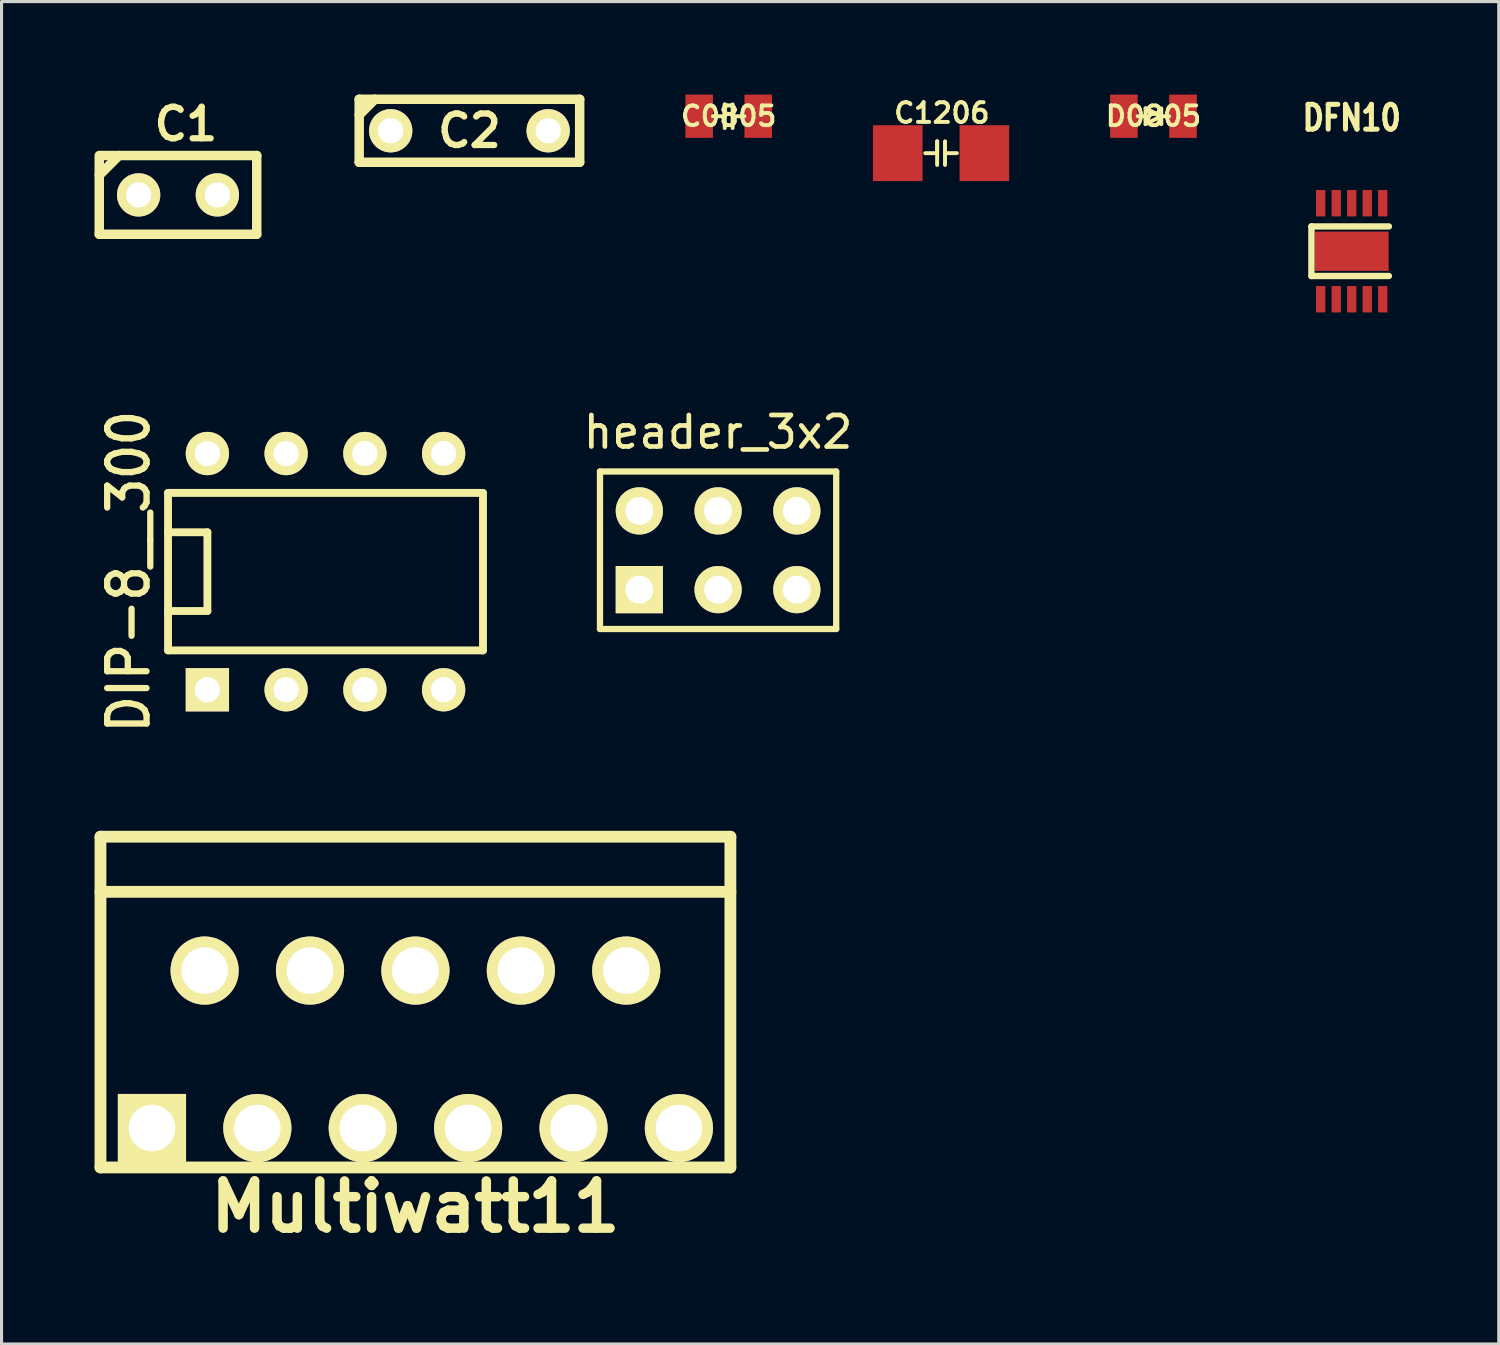
<source format=kicad_pcb>
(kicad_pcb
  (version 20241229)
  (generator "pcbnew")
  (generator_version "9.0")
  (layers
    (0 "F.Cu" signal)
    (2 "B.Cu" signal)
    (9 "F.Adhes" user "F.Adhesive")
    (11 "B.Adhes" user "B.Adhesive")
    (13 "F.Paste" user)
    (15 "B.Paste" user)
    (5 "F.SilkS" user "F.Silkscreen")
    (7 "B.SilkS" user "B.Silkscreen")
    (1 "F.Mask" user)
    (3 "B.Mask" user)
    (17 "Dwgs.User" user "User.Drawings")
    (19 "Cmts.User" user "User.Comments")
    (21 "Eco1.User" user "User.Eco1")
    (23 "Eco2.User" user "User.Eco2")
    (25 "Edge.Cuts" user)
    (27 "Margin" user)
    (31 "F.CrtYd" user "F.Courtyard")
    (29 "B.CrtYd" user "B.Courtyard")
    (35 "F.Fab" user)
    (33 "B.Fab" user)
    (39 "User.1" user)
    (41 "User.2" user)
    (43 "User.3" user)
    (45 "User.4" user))
  (footprint "C1206"
    (layer "F.Cu")
    (at 27.307 1.89)
    (property "Reference" "C1206" (at 0.025 -1.295 0) (layer "F.SilkS") (effects (font (size 0.635 0.635) (thickness 0.127))))
    (attr through_hole)
    (fp_line (start -0.508 0) (end -0.127 0) (stroke (width 0.127) (type solid)) (layer "F.SilkS"))
    (fp_line (start -0.127 -0.381) (end -0.127 0.381) (stroke (width 0.127) (type solid)) (layer "F.SilkS"))
    (fp_line (start -0.127 0) (end -0.127 -0.381) (stroke (width 0.127) (type solid)) (layer "F.SilkS"))
    (fp_line (start 0.127 -0.381) (end 0.127 0.381) (stroke (width 0.127) (type solid)) (layer "F.SilkS"))
    (fp_line (start 0.127 0) (end 0.508 0) (stroke (width 0.127) (type solid)) (layer "F.SilkS"))
    (pad "1" smd rect (at 1.397 0) (size 1.6 1.803) (layers "F.Cu" "F.Mask" "F.Paste"))
    (pad "2" smd rect (at -1.397 0) (size 1.6 1.803) (layers "F.Cu" "F.Mask" "F.Paste")))
  (footprint "C2"
    (layer "F.Cu")
    (at 12.093 1.168)
    (property "Reference" "C2" (at 0 0 0) (layer "F.SilkS") (effects (font (size 1.016 1.016) (thickness 0.203))))
    (attr through_hole)
    (fp_line (start -3.556 -1.016) (end 3.556 -1.016) (stroke (width 0.305) (type solid)) (layer "F.SilkS"))
    (fp_line (start -3.556 -0.508) (end -3.048 -1.016) (stroke (width 0.305) (type solid)) (layer "F.SilkS"))
    (fp_line (start -3.556 1.016) (end -3.556 -1.016) (stroke (width 0.305) (type solid)) (layer "F.SilkS"))
    (fp_line (start 3.556 -1.016) (end 3.556 1.016) (stroke (width 0.305) (type solid)) (layer "F.SilkS"))
    (fp_line (start 3.556 1.016) (end -3.556 1.016) (stroke (width 0.305) (type solid)) (layer "F.SilkS"))
    (pad "1" thru_hole circle (at -2.54 0) (size 1.397 1.397) (drill 0.813) (layers "*.Cu" "*.Mask" "F.SilkS"))
    (pad "2" thru_hole circle (at 2.54 0) (size 1.397 1.397) (drill 0.813) (layers "*.Cu" "*.Mask" "F.SilkS")))
  (footprint "Multiwatt11"
    (layer "F.Cu")
    (at 10.351 30.799)
    (property "Reference" "Multiwatt11" (at 0 5.08 0) (layer "F.SilkS") (effects (font (size 1.524 1.524) (thickness 0.305))))
    (attr through_hole)
    (fp_line (start -10.16 -5.08) (end 10.16 -5.08) (stroke (width 0.381) (type solid)) (layer "F.SilkS"))
    (fp_line (start -10.16 3.81) (end -10.16 -6.858) (stroke (width 0.381) (type solid)) (layer "F.SilkS"))
    (fp_line (start -10.16 3.81) (end 10.16 3.81) (stroke (width 0.381) (type solid)) (layer "F.SilkS"))
    (fp_line (start 10.16 -6.858) (end -10.16 -6.858) (stroke (width 0.381) (type solid)) (layer "F.SilkS"))
    (fp_line (start 10.16 -6.858) (end 10.16 3.81) (stroke (width 0.381) (type solid)) (layer "F.SilkS"))
    (pad "1" thru_hole rect (at -8.499 2.54) (size 2.2 2.2) (drill 1.501) (layers "*.Cu" "*.Mask" "F.SilkS"))
    (pad "2" thru_hole circle (at -6.8 -2.54) (size 2.2 2.2) (drill 1.501) (layers "*.Cu" "*.Mask" "F.SilkS"))
    (pad "3" thru_hole circle (at -5.1 2.54) (size 2.2 2.2) (drill 1.501) (layers "*.Cu" "*.Mask" "F.SilkS"))
    (pad "4" thru_hole circle (at -3.401 -2.54) (size 2.2 2.2) (drill 1.501) (layers "*.Cu" "*.Mask" "F.SilkS"))
    (pad "5" thru_hole circle (at -1.699 2.54) (size 2.2 2.2) (drill 1.501) (layers "*.Cu" "*.Mask" "F.SilkS"))
    (pad "6" thru_hole circle (at 0 -2.54) (size 2.2 2.2) (drill 1.501) (layers "*.Cu" "*.Mask" "F.SilkS"))
    (pad "7" thru_hole circle (at 1.699 2.54) (size 2.2 2.2) (drill 1.501) (layers "*.Cu" "*.Mask" "F.SilkS"))
    (pad "8" thru_hole circle (at 3.401 -2.54) (size 2.2 2.2) (drill 1.501) (layers "*.Cu" "*.Mask" "F.SilkS"))
    (pad "9" thru_hole circle (at 5.1 2.54) (size 2.2 2.2) (drill 1.501) (layers "*.Cu" "*.Mask" "F.SilkS"))
    (pad "10" thru_hole circle (at 6.8 -2.54) (size 2.2 2.2) (drill 1.501) (layers "*.Cu" "*.Mask" "F.SilkS"))
    (pad "11" thru_hole circle (at 8.499 2.54) (size 2.2 2.2) (drill 1.501) (layers "*.Cu" "*.Mask" "F.SilkS")))
  (footprint "C0805"
    (layer "F.Cu")
    (at 20.456 0.699)
    (property "Reference" "C0805" (at 0 0 0) (layer "F.SilkS") (effects (font (size 0.635 0.635) (thickness 0.127))))
    (attr smd)
    (fp_line (start -0.508 0) (end -0.127 0) (stroke (width 0.127) (type solid)) (layer "F.SilkS"))
    (fp_line (start -0.127 -0.381) (end -0.127 0.381) (stroke (width 0.127) (type solid)) (layer "F.SilkS"))
    (fp_line (start -0.127 0) (end -0.127 -0.381) (stroke (width 0.127) (type solid)) (layer "F.SilkS"))
    (fp_line (start 0.127 -0.381) (end 0.127 0.381) (stroke (width 0.127) (type solid)) (layer "F.SilkS"))
    (fp_line (start 0.127 0) (end 0.508 0) (stroke (width 0.127) (type solid)) (layer "F.SilkS"))
    (pad "1" smd rect (at -0.953 0) (size 0.889 1.397) (layers "F.Cu" "F.Mask" "F.Paste"))
    (pad "2" smd rect (at 0.953 0) (size 0.889 1.397) (layers "F.Cu" "F.Mask" "F.Paste")))
  (footprint "D0805"
    (layer "F.Cu")
    (at 34.158 0.699)
    (property "Reference" "D0805" (at 0 0 0) (layer "F.SilkS") (effects (font (size 0.635 0.635) (thickness 0.127))))
    (attr smd)
    (fp_line (start -0.508 0) (end -0.254 0) (stroke (width 0.127) (type solid)) (layer "F.SilkS"))
    (fp_line (start -0.254 -0.254) (end -0.254 0.127) (stroke (width 0.127) (type solid)) (layer "F.SilkS"))
    (fp_line (start -0.254 -0.254) (end 0.254 0) (stroke (width 0.127) (type solid)) (layer "F.SilkS"))
    (fp_line (start -0.254 0.127) (end -0.254 0.254) (stroke (width 0.127) (type solid)) (layer "F.SilkS"))
    (fp_line (start -0.254 0.254) (end 0.254 0) (stroke (width 0.127) (type solid)) (layer "F.SilkS"))
    (fp_line (start 0.254 0) (end 0.508 0) (stroke (width 0.127) (type solid)) (layer "F.SilkS"))
    (fp_line (start 0.254 0.254) (end 0.254 -0.254) (stroke (width 0.127) (type solid)) (layer "F.SilkS"))
    (pad "1" smd rect (at -0.953 0) (size 0.889 1.397) (layers "F.Cu" "F.Mask" "F.Paste"))
    (pad "2" smd rect (at 0.953 0) (size 0.889 1.397) (layers "F.Cu" "F.Mask" "F.Paste")))
  (footprint "DIP-8__300"
    (layer "F.Cu")
    (at 7.45 15.39)
    (property "Reference" "DIP-8__300" (at -6.35 0 90) (layer "F.SilkS") (effects (font (size 1.27 1.143) (thickness 0.203))))
    (attr through_hole)
    (fp_line (start -5.08 -2.54) (end 5.08 -2.54) (stroke (width 0.254) (type solid)) (layer "F.SilkS"))
    (fp_line (start -5.08 -1.27) (end -3.81 -1.27) (stroke (width 0.254) (type solid)) (layer "F.SilkS"))
    (fp_line (start -5.08 2.54) (end -5.08 -2.54) (stroke (width 0.254) (type solid)) (layer "F.SilkS"))
    (fp_line (start -3.81 -1.27) (end -3.81 1.27) (stroke (width 0.254) (type solid)) (layer "F.SilkS"))
    (fp_line (start -3.81 1.27) (end -5.08 1.27) (stroke (width 0.254) (type solid)) (layer "F.SilkS"))
    (fp_line (start 5.08 -2.54) (end 5.08 2.54) (stroke (width 0.254) (type solid)) (layer "F.SilkS"))
    (fp_line (start 5.08 2.54) (end -5.08 2.54) (stroke (width 0.254) (type solid)) (layer "F.SilkS"))
    (pad "1" thru_hole rect (at -3.81 3.81) (size 1.397 1.397) (drill 0.813) (layers "*.Cu" "*.Mask" "F.SilkS"))
    (pad "2" thru_hole circle (at -1.27 3.81) (size 1.397 1.397) (drill 0.813) (layers "*.Cu" "*.Mask" "F.SilkS"))
    (pad "3" thru_hole circle (at 1.27 3.81) (size 1.397 1.397) (drill 0.813) (layers "*.Cu" "*.Mask" "F.SilkS"))
    (pad "4" thru_hole circle (at 3.81 3.81) (size 1.397 1.397) (drill 0.813) (layers "*.Cu" "*.Mask" "F.SilkS"))
    (pad "5" thru_hole circle (at 3.81 -3.81) (size 1.397 1.397) (drill 0.813) (layers "*.Cu" "*.Mask" "F.SilkS"))
    (pad "6" thru_hole circle (at 1.27 -3.81) (size 1.397 1.397) (drill 0.813) (layers "*.Cu" "*.Mask" "F.SilkS"))
    (pad "7" thru_hole circle (at -1.27 -3.81) (size 1.397 1.397) (drill 0.813) (layers "*.Cu" "*.Mask" "F.SilkS"))
    (pad "8" thru_hole circle (at -3.81 -3.81) (size 1.397 1.397) (drill 0.813) (layers "*.Cu" "*.Mask" "F.SilkS")))
  (footprint "C1"
    (layer "F.Cu")
    (at 2.692 3.237)
    (property "Reference" "C1" (at 0.254 -2.286 0) (layer "F.SilkS") (effects (font (size 1.016 1.016) (thickness 0.203))))
    (attr through_hole)
    (fp_line (start -2.54 -0.635) (end -1.905 -1.27) (stroke (width 0.305) (type solid)) (layer "F.SilkS"))
    (fp_line (start -2.54 1.27) (end -2.54 -1.27) (stroke (width 0.305) (type solid)) (layer "F.SilkS"))
    (fp_line (start -2.489 -1.27) (end 2.54 -1.27) (stroke (width 0.305) (type solid)) (layer "F.SilkS"))
    (fp_line (start 2.54 -1.27) (end 2.54 1.27) (stroke (width 0.305) (type solid)) (layer "F.SilkS"))
    (fp_line (start 2.54 1.27) (end -2.54 1.27) (stroke (width 0.305) (type solid)) (layer "F.SilkS"))
    (pad "1" thru_hole circle (at -1.27 0) (size 1.397 1.397) (drill 0.813) (layers "*.Cu" "*.Mask" "F.SilkS"))
    (pad "2" thru_hole circle (at 1.27 0) (size 1.397 1.397) (drill 0.813) (layers "*.Cu" "*.Mask" "F.SilkS")))
  (footprint "DFN10"
    (layer "F.Cu")
    (at 40.554 5.054)
    (property "Reference" "DFN10" (at 0 -4.3 0) (layer "F.SilkS") (effects (font (size 0.8 0.65) (thickness 0.163))))
    (attr through_hole)
    (fp_line (start -1.3 -0.8) (end -1.3 0.8) (stroke (width 0.206) (type solid)) (layer "F.SilkS"))
    (fp_line (start -1.3 -0.8) (end 1.199 -0.8) (stroke (width 0.206) (type solid)) (layer "F.SilkS"))
    (fp_line (start -1.3 0.8) (end 1.199 0.8) (stroke (width 0.206) (type solid)) (layer "F.SilkS"))
    (pad "1" smd rect (at -1.001 1.549) (size 0.3 0.851) (layers "F.Cu" "F.Mask" "F.Paste"))
    (pad "2" smd rect (at -0.5 1.549) (size 0.3 0.851) (layers "F.Cu" "F.Mask" "F.Paste"))
    (pad "3" smd rect (at 0 1.549) (size 0.3 0.851) (layers "F.Cu" "F.Mask" "F.Paste"))
    (pad "4" smd rect (at 0.5 1.549) (size 0.3 0.851) (layers "F.Cu" "F.Mask" "F.Paste"))
    (pad "5" smd rect (at 1.001 1.549) (size 0.3 0.851) (layers "F.Cu" "F.Mask" "F.Paste"))
    (pad "6" smd rect (at 1.001 -1.549) (size 0.3 0.851) (layers "F.Cu" "F.Mask" "F.Paste"))
    (pad "7" smd rect (at 0.5 -1.549) (size 0.3 0.851) (layers "F.Cu" "F.Mask" "F.Paste"))
    (pad "8" smd rect (at 0 -1.549) (size 0.3 0.851) (layers "F.Cu" "F.Mask" "F.Paste"))
    (pad "9" smd rect (at -0.5 -1.549) (size 0.3 0.851) (layers "F.Cu" "F.Mask" "F.Paste"))
    (pad "10" smd rect (at -1.001 -1.549) (size 0.3 0.851) (layers "F.Cu" "F.Mask" "F.Paste"))
    (pad "11" smd rect (at 0 0) (size 2.38 1.27) (layers "F.Cu" "F.Mask" "F.Paste")))
  (footprint "header_3x2"
    (layer "F.Cu")
    (at 20.114 14.7)
    (property "Reference" "header_3x2" (at 0 -3.81 0) (layer "F.SilkS") (effects (font (size 1.016 1.016) (thickness 0.152))))
    (attr through_hole)
    (fp_line (start -3.81 -2.54) (end 3.81 -2.54) (stroke (width 0.203) (type solid)) (layer "F.SilkS"))
    (fp_line (start -3.81 2.54) (end -3.81 -2.54) (stroke (width 0.203) (type solid)) (layer "F.SilkS"))
    (fp_line (start 3.81 -2.54) (end 3.81 2.54) (stroke (width 0.203) (type solid)) (layer "F.SilkS"))
    (fp_line (start 3.81 2.54) (end -3.81 2.54) (stroke (width 0.203) (type solid)) (layer "F.SilkS"))
    (pad "1" thru_hole rect (at -2.54 1.27) (size 1.524 1.524) (drill 0.899) (layers "*.Cu" "*.Mask" "F.SilkS"))
    (pad "2" thru_hole circle (at -2.54 -1.27) (size 1.524 1.524) (drill 0.899) (layers "*.Cu" "*.Mask" "F.SilkS"))
    (pad "3" thru_hole circle (at 0 1.27) (size 1.524 1.524) (drill 0.899) (layers "*.Cu" "*.Mask" "F.SilkS"))
    (pad "4" thru_hole circle (at 0 -1.27) (size 1.524 1.524) (drill 0.899) (layers "*.Cu" "*.Mask" "F.SilkS"))
    (pad "5" thru_hole circle (at 2.54 1.27) (size 1.524 1.524) (drill 0.899) (layers "*.Cu" "*.Mask" "F.SilkS"))
    (pad "6" thru_hole circle (at 2.54 -1.27) (size 1.524 1.524) (drill 0.899) (layers "*.Cu" "*.Mask" "F.SilkS")))
  (gr_rect
    (start -3 -3)
    (end 45.297 40.306)
    (stroke (width 0.1) (type default))
    (fill no)
    (layer "Edge.Cuts")))
</source>
